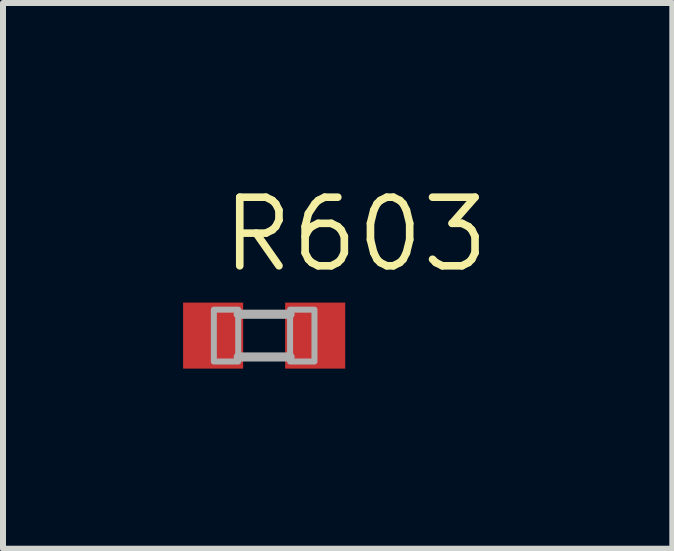
<source format=kicad_pcb>
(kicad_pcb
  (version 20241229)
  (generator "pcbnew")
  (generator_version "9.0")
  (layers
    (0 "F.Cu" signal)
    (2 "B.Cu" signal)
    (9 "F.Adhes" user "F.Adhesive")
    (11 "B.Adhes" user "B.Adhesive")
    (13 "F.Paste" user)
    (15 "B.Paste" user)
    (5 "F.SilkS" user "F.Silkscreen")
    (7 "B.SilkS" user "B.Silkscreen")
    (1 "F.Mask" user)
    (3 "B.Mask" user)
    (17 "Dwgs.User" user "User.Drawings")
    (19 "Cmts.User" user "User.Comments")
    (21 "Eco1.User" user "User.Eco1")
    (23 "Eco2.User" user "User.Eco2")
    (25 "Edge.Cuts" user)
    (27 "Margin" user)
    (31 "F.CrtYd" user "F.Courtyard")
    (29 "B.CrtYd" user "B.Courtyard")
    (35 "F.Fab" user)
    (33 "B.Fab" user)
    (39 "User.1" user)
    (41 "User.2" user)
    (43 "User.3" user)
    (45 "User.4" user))
  (footprint "R603"
    (layer "F.Cu")
    (at 1.35 2.54)
    (property "Reference" "R603" (at -0.762 -1.016 0) (unlocked yes) (layer "F.SilkS") (effects (font (size 1.143 1.143) (thickness 0.127)) (justify left bottom)))
    (fp_line (start -0.432 0.356) (end 0.432 0.356) (stroke (width 0.152) (type solid)) (layer "F.Fab"))
    (fp_line (start 0.432 -0.356) (end -0.432 -0.356) (stroke (width 0.152) (type solid)) (layer "F.Fab"))
    (fp_poly (pts (xy -0.838 0.432) (xy -0.432 0.432) (xy -0.432 -0.432) (xy -0.838 -0.432)) (stroke (width 0.1) (type default)) (fill no) (layer "F.Fab"))
    (fp_poly (pts (xy 0.432 0.432) (xy 0.838 0.432) (xy 0.838 -0.432) (xy 0.432 -0.432)) (stroke (width 0.1) (type default)) (fill no) (layer "F.Fab"))
    (pad "1" smd rect (at -0.85 0) (size 1 1.1) (layers "F.Cu" "F.Mask" "F.Paste"))
    (pad "2" smd rect (at 0.85 0) (size 1 1.1) (layers "F.Cu" "F.Mask" "F.Paste")))
  (gr_rect
    (start -3 -3)
    (end 8.149 6.09)
    (stroke (width 0.1) (type default))
    (fill no)
    (layer "Edge.Cuts")))
</source>
